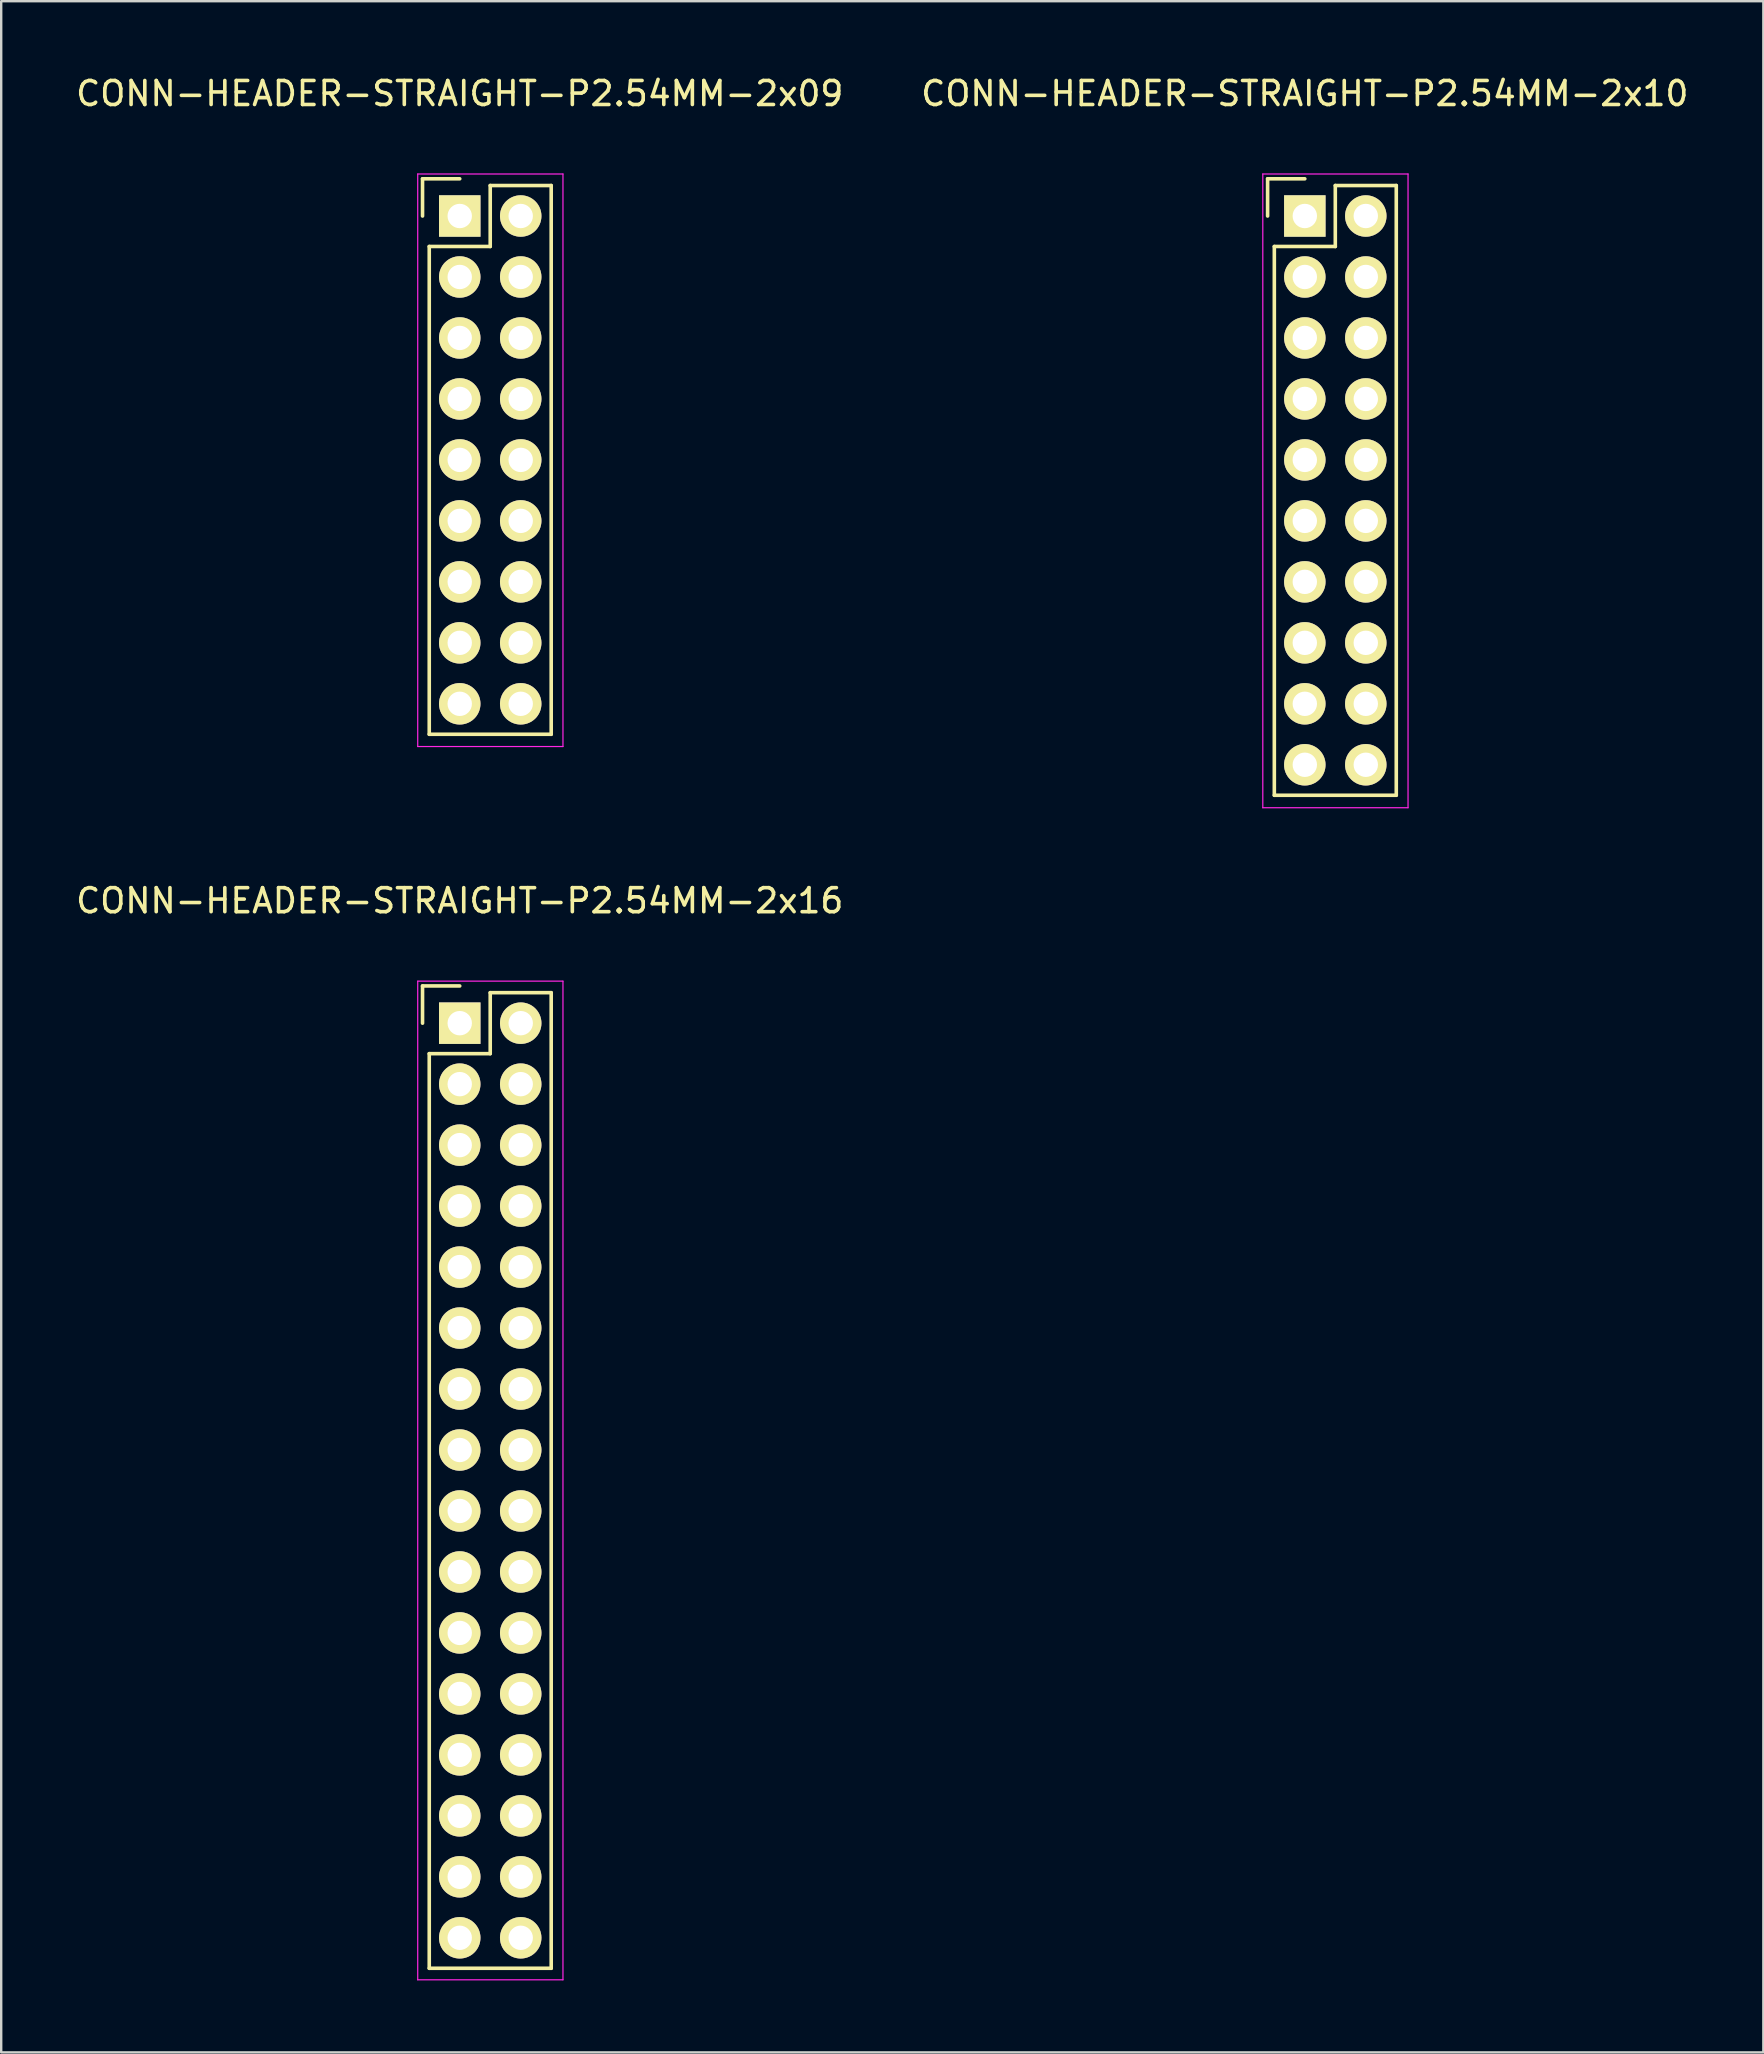
<source format=kicad_pcb>
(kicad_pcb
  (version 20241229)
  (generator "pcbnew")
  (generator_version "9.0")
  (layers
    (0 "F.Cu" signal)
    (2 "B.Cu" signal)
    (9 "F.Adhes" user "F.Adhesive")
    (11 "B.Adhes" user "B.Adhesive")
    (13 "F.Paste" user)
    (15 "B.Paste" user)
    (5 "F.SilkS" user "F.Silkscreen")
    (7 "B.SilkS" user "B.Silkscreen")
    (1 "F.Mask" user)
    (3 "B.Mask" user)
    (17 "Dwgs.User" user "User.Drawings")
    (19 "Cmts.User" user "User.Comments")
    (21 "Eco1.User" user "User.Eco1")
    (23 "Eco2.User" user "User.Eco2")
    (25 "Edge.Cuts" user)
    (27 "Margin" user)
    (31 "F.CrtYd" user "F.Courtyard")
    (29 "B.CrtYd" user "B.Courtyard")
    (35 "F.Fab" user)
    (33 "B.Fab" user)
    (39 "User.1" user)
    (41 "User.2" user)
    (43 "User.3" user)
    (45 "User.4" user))
  (footprint "CONN-HEADER-STRAIGHT-P2.54MM-2x10"
    (layer "F.Cu")
    (at 51.304 5.948)
    (property "Reference" "CONN-HEADER-STRAIGHT-P2.54MM-2x10" (at 0 -5.1 0) (layer "F.SilkS") (effects (font (size 1 1) (thickness 0.15))))
    (attr through_hole)
    (fp_line (start -1.55 -1.55) (end -1.55 0) (stroke (width 0.15) (type solid)) (layer "F.SilkS"))
    (fp_line (start -1.27 1.27) (end -1.27 24.13) (stroke (width 0.15) (type solid)) (layer "F.SilkS"))
    (fp_line (start 0 -1.55) (end -1.55 -1.55) (stroke (width 0.15) (type solid)) (layer "F.SilkS"))
    (fp_line (start 1.27 -1.27) (end 1.27 1.27) (stroke (width 0.15) (type solid)) (layer "F.SilkS"))
    (fp_line (start 1.27 1.27) (end -1.27 1.27) (stroke (width 0.15) (type solid)) (layer "F.SilkS"))
    (fp_line (start 3.81 -1.27) (end 1.27 -1.27) (stroke (width 0.15) (type solid)) (layer "F.SilkS"))
    (fp_line (start 3.81 24.13) (end -1.27 24.13) (stroke (width 0.15) (type solid)) (layer "F.SilkS"))
    (fp_line (start 3.81 24.13) (end 3.81 -1.27) (stroke (width 0.15) (type solid)) (layer "F.SilkS"))
    (fp_line (start -1.75 -1.75) (end -1.75 24.65) (stroke (width 0.05) (type solid)) (layer "F.CrtYd"))
    (fp_line (start -1.75 -1.75) (end 4.3 -1.75) (stroke (width 0.05) (type solid)) (layer "F.CrtYd"))
    (fp_line (start -1.75 24.65) (end 4.3 24.65) (stroke (width 0.05) (type solid)) (layer "F.CrtYd"))
    (fp_line (start 4.3 -1.75) (end 4.3 24.65) (stroke (width 0.05) (type solid)) (layer "F.CrtYd"))
    (pad "1" thru_hole rect (at 0 0) (size 1.727 1.727) (drill 1.016) (layers "*.Cu" "*.Mask" "F.SilkS"))
    (pad "2" thru_hole oval (at 2.54 0) (size 1.727 1.727) (drill 1.016) (layers "*.Cu" "*.Mask" "F.SilkS"))
    (pad "3" thru_hole oval (at 0 2.54) (size 1.727 1.727) (drill 1.016) (layers "*.Cu" "*.Mask" "F.SilkS"))
    (pad "4" thru_hole oval (at 2.54 2.54) (size 1.727 1.727) (drill 1.016) (layers "*.Cu" "*.Mask" "F.SilkS"))
    (pad "5" thru_hole oval (at 0 5.08) (size 1.727 1.727) (drill 1.016) (layers "*.Cu" "*.Mask" "F.SilkS"))
    (pad "6" thru_hole oval (at 2.54 5.08) (size 1.727 1.727) (drill 1.016) (layers "*.Cu" "*.Mask" "F.SilkS"))
    (pad "7" thru_hole oval (at 0 7.62) (size 1.727 1.727) (drill 1.016) (layers "*.Cu" "*.Mask" "F.SilkS"))
    (pad "8" thru_hole oval (at 2.54 7.62) (size 1.727 1.727) (drill 1.016) (layers "*.Cu" "*.Mask" "F.SilkS"))
    (pad "9" thru_hole oval (at 0 10.16) (size 1.727 1.727) (drill 1.016) (layers "*.Cu" "*.Mask" "F.SilkS"))
    (pad "10" thru_hole oval (at 2.54 10.16) (size 1.727 1.727) (drill 1.016) (layers "*.Cu" "*.Mask" "F.SilkS"))
    (pad "11" thru_hole oval (at 0 12.7) (size 1.727 1.727) (drill 1.016) (layers "*.Cu" "*.Mask" "F.SilkS"))
    (pad "12" thru_hole oval (at 2.54 12.7) (size 1.727 1.727) (drill 1.016) (layers "*.Cu" "*.Mask" "F.SilkS"))
    (pad "13" thru_hole oval (at 0 15.24) (size 1.727 1.727) (drill 1.016) (layers "*.Cu" "*.Mask" "F.SilkS"))
    (pad "14" thru_hole oval (at 2.54 15.24) (size 1.727 1.727) (drill 1.016) (layers "*.Cu" "*.Mask" "F.SilkS"))
    (pad "15" thru_hole oval (at 0 17.78) (size 1.727 1.727) (drill 1.016) (layers "*.Cu" "*.Mask" "F.SilkS"))
    (pad "16" thru_hole oval (at 2.54 17.78) (size 1.727 1.727) (drill 1.016) (layers "*.Cu" "*.Mask" "F.SilkS"))
    (pad "17" thru_hole oval (at 0 20.32) (size 1.727 1.727) (drill 1.016) (layers "*.Cu" "*.Mask" "F.SilkS"))
    (pad "18" thru_hole oval (at 2.54 20.32) (size 1.727 1.727) (drill 1.016) (layers "*.Cu" "*.Mask" "F.SilkS"))
    (pad "19" thru_hole oval (at 0 22.86) (size 1.727 1.727) (drill 1.016) (layers "*.Cu" "*.Mask" "F.SilkS"))
    (pad "20" thru_hole oval (at 2.54 22.86) (size 1.727 1.727) (drill 1.016) (layers "*.Cu" "*.Mask" "F.SilkS")))
  (footprint "CONN-HEADER-STRAIGHT-P2.54MM-2x09"
    (layer "F.Cu")
    (at 16.101 5.948)
    (property "Reference" "CONN-HEADER-STRAIGHT-P2.54MM-2x09" (at 0 -5.1 0) (layer "F.SilkS") (effects (font (size 1 1) (thickness 0.15))))
    (attr through_hole)
    (fp_line (start -1.55 -1.55) (end -1.55 0) (stroke (width 0.15) (type solid)) (layer "F.SilkS"))
    (fp_line (start -1.27 1.27) (end -1.27 21.59) (stroke (width 0.15) (type solid)) (layer "F.SilkS"))
    (fp_line (start 0 -1.55) (end -1.55 -1.55) (stroke (width 0.15) (type solid)) (layer "F.SilkS"))
    (fp_line (start 1.27 -1.27) (end 1.27 1.27) (stroke (width 0.15) (type solid)) (layer "F.SilkS"))
    (fp_line (start 1.27 1.27) (end -1.27 1.27) (stroke (width 0.15) (type solid)) (layer "F.SilkS"))
    (fp_line (start 3.81 -1.27) (end 1.27 -1.27) (stroke (width 0.15) (type solid)) (layer "F.SilkS"))
    (fp_line (start 3.81 21.59) (end -1.27 21.59) (stroke (width 0.15) (type solid)) (layer "F.SilkS"))
    (fp_line (start 3.81 21.59) (end 3.81 -1.27) (stroke (width 0.15) (type solid)) (layer "F.SilkS"))
    (fp_line (start -1.75 -1.75) (end -1.75 22.1) (stroke (width 0.05) (type solid)) (layer "F.CrtYd"))
    (fp_line (start -1.75 -1.75) (end 4.3 -1.75) (stroke (width 0.05) (type solid)) (layer "F.CrtYd"))
    (fp_line (start -1.75 22.1) (end 4.3 22.1) (stroke (width 0.05) (type solid)) (layer "F.CrtYd"))
    (fp_line (start 4.3 -1.75) (end 4.3 22.1) (stroke (width 0.05) (type solid)) (layer "F.CrtYd"))
    (pad "1" thru_hole rect (at 0 0) (size 1.727 1.727) (drill 1.016) (layers "*.Cu" "*.Mask" "F.SilkS"))
    (pad "2" thru_hole oval (at 2.54 0) (size 1.727 1.727) (drill 1.016) (layers "*.Cu" "*.Mask" "F.SilkS"))
    (pad "3" thru_hole oval (at 0 2.54) (size 1.727 1.727) (drill 1.016) (layers "*.Cu" "*.Mask" "F.SilkS"))
    (pad "4" thru_hole oval (at 2.54 2.54) (size 1.727 1.727) (drill 1.016) (layers "*.Cu" "*.Mask" "F.SilkS"))
    (pad "5" thru_hole oval (at 0 5.08) (size 1.727 1.727) (drill 1.016) (layers "*.Cu" "*.Mask" "F.SilkS"))
    (pad "6" thru_hole oval (at 2.54 5.08) (size 1.727 1.727) (drill 1.016) (layers "*.Cu" "*.Mask" "F.SilkS"))
    (pad "7" thru_hole oval (at 0 7.62) (size 1.727 1.727) (drill 1.016) (layers "*.Cu" "*.Mask" "F.SilkS"))
    (pad "8" thru_hole oval (at 2.54 7.62) (size 1.727 1.727) (drill 1.016) (layers "*.Cu" "*.Mask" "F.SilkS"))
    (pad "9" thru_hole oval (at 0 10.16) (size 1.727 1.727) (drill 1.016) (layers "*.Cu" "*.Mask" "F.SilkS"))
    (pad "10" thru_hole oval (at 2.54 10.16) (size 1.727 1.727) (drill 1.016) (layers "*.Cu" "*.Mask" "F.SilkS"))
    (pad "11" thru_hole oval (at 0 12.7) (size 1.727 1.727) (drill 1.016) (layers "*.Cu" "*.Mask" "F.SilkS"))
    (pad "12" thru_hole oval (at 2.54 12.7) (size 1.727 1.727) (drill 1.016) (layers "*.Cu" "*.Mask" "F.SilkS"))
    (pad "13" thru_hole oval (at 0 15.24) (size 1.727 1.727) (drill 1.016) (layers "*.Cu" "*.Mask" "F.SilkS"))
    (pad "14" thru_hole oval (at 2.54 15.24) (size 1.727 1.727) (drill 1.016) (layers "*.Cu" "*.Mask" "F.SilkS"))
    (pad "15" thru_hole oval (at 0 17.78) (size 1.727 1.727) (drill 1.016) (layers "*.Cu" "*.Mask" "F.SilkS"))
    (pad "16" thru_hole oval (at 2.54 17.78) (size 1.727 1.727) (drill 1.016) (layers "*.Cu" "*.Mask" "F.SilkS"))
    (pad "17" thru_hole oval (at 0 20.32) (size 1.727 1.727) (drill 1.016) (layers "*.Cu" "*.Mask" "F.SilkS"))
    (pad "18" thru_hole oval (at 2.54 20.32) (size 1.727 1.727) (drill 1.016) (layers "*.Cu" "*.Mask" "F.SilkS")))
  (footprint "CONN-HEADER-STRAIGHT-P2.54MM-2x16"
    (layer "F.Cu")
    (at 16.101 39.572)
    (property "Reference" "CONN-HEADER-STRAIGHT-P2.54MM-2x16" (at 0 -5.1 0) (layer "F.SilkS") (effects (font (size 1 1) (thickness 0.15))))
    (attr through_hole)
    (fp_line (start -1.55 -1.55) (end -1.55 0) (stroke (width 0.15) (type solid)) (layer "F.SilkS"))
    (fp_line (start -1.27 1.27) (end -1.27 39.37) (stroke (width 0.15) (type solid)) (layer "F.SilkS"))
    (fp_line (start 0 -1.55) (end -1.55 -1.55) (stroke (width 0.15) (type solid)) (layer "F.SilkS"))
    (fp_line (start 1.27 -1.27) (end 1.27 1.27) (stroke (width 0.15) (type solid)) (layer "F.SilkS"))
    (fp_line (start 1.27 1.27) (end -1.27 1.27) (stroke (width 0.15) (type solid)) (layer "F.SilkS"))
    (fp_line (start 3.81 -1.27) (end 1.27 -1.27) (stroke (width 0.15) (type solid)) (layer "F.SilkS"))
    (fp_line (start 3.81 39.37) (end -1.27 39.37) (stroke (width 0.15) (type solid)) (layer "F.SilkS"))
    (fp_line (start 3.81 39.37) (end 3.81 -1.27) (stroke (width 0.15) (type solid)) (layer "F.SilkS"))
    (fp_line (start -1.75 -1.75) (end -1.75 39.85) (stroke (width 0.05) (type solid)) (layer "F.CrtYd"))
    (fp_line (start -1.75 -1.75) (end 4.3 -1.75) (stroke (width 0.05) (type solid)) (layer "F.CrtYd"))
    (fp_line (start -1.75 39.85) (end 4.3 39.85) (stroke (width 0.05) (type solid)) (layer "F.CrtYd"))
    (fp_line (start 4.3 -1.75) (end 4.3 39.85) (stroke (width 0.05) (type solid)) (layer "F.CrtYd"))
    (pad "1" thru_hole rect (at 0 0) (size 1.727 1.727) (drill 1.016) (layers "*.Cu" "*.Mask" "F.SilkS"))
    (pad "2" thru_hole oval (at 2.54 0) (size 1.727 1.727) (drill 1.016) (layers "*.Cu" "*.Mask" "F.SilkS"))
    (pad "3" thru_hole oval (at 0 2.54) (size 1.727 1.727) (drill 1.016) (layers "*.Cu" "*.Mask" "F.SilkS"))
    (pad "4" thru_hole oval (at 2.54 2.54) (size 1.727 1.727) (drill 1.016) (layers "*.Cu" "*.Mask" "F.SilkS"))
    (pad "5" thru_hole oval (at 0 5.08) (size 1.727 1.727) (drill 1.016) (layers "*.Cu" "*.Mask" "F.SilkS"))
    (pad "6" thru_hole oval (at 2.54 5.08) (size 1.727 1.727) (drill 1.016) (layers "*.Cu" "*.Mask" "F.SilkS"))
    (pad "7" thru_hole oval (at 0 7.62) (size 1.727 1.727) (drill 1.016) (layers "*.Cu" "*.Mask" "F.SilkS"))
    (pad "8" thru_hole oval (at 2.54 7.62) (size 1.727 1.727) (drill 1.016) (layers "*.Cu" "*.Mask" "F.SilkS"))
    (pad "9" thru_hole oval (at 0 10.16) (size 1.727 1.727) (drill 1.016) (layers "*.Cu" "*.Mask" "F.SilkS"))
    (pad "10" thru_hole oval (at 2.54 10.16) (size 1.727 1.727) (drill 1.016) (layers "*.Cu" "*.Mask" "F.SilkS"))
    (pad "11" thru_hole oval (at 0 12.7) (size 1.727 1.727) (drill 1.016) (layers "*.Cu" "*.Mask" "F.SilkS"))
    (pad "12" thru_hole oval (at 2.54 12.7) (size 1.727 1.727) (drill 1.016) (layers "*.Cu" "*.Mask" "F.SilkS"))
    (pad "13" thru_hole oval (at 0 15.24) (size 1.727 1.727) (drill 1.016) (layers "*.Cu" "*.Mask" "F.SilkS"))
    (pad "14" thru_hole oval (at 2.54 15.24) (size 1.727 1.727) (drill 1.016) (layers "*.Cu" "*.Mask" "F.SilkS"))
    (pad "15" thru_hole oval (at 0 17.78) (size 1.727 1.727) (drill 1.016) (layers "*.Cu" "*.Mask" "F.SilkS"))
    (pad "16" thru_hole oval (at 2.54 17.78) (size 1.727 1.727) (drill 1.016) (layers "*.Cu" "*.Mask" "F.SilkS"))
    (pad "17" thru_hole oval (at 0 20.32) (size 1.727 1.727) (drill 1.016) (layers "*.Cu" "*.Mask" "F.SilkS"))
    (pad "18" thru_hole oval (at 2.54 20.32) (size 1.727 1.727) (drill 1.016) (layers "*.Cu" "*.Mask" "F.SilkS"))
    (pad "19" thru_hole oval (at 0 22.86) (size 1.727 1.727) (drill 1.016) (layers "*.Cu" "*.Mask" "F.SilkS"))
    (pad "20" thru_hole oval (at 2.54 22.86) (size 1.727 1.727) (drill 1.016) (layers "*.Cu" "*.Mask" "F.SilkS"))
    (pad "21" thru_hole oval (at 0 25.4) (size 1.727 1.727) (drill 1.016) (layers "*.Cu" "*.Mask" "F.SilkS"))
    (pad "22" thru_hole oval (at 2.54 25.4) (size 1.727 1.727) (drill 1.016) (layers "*.Cu" "*.Mask" "F.SilkS"))
    (pad "23" thru_hole oval (at 0 27.94) (size 1.727 1.727) (drill 1.016) (layers "*.Cu" "*.Mask" "F.SilkS"))
    (pad "24" thru_hole oval (at 2.54 27.94) (size 1.727 1.727) (drill 1.016) (layers "*.Cu" "*.Mask" "F.SilkS"))
    (pad "25" thru_hole oval (at 0 30.48) (size 1.727 1.727) (drill 1.016) (layers "*.Cu" "*.Mask" "F.SilkS"))
    (pad "26" thru_hole oval (at 2.54 30.48) (size 1.727 1.727) (drill 1.016) (layers "*.Cu" "*.Mask" "F.SilkS"))
    (pad "27" thru_hole oval (at 0 33.02) (size 1.727 1.727) (drill 1.016) (layers "*.Cu" "*.Mask" "F.SilkS"))
    (pad "28" thru_hole oval (at 2.54 33.02) (size 1.727 1.727) (drill 1.016) (layers "*.Cu" "*.Mask" "F.SilkS"))
    (pad "29" thru_hole oval (at 0 35.56) (size 1.727 1.727) (drill 1.016) (layers "*.Cu" "*.Mask" "F.SilkS"))
    (pad "30" thru_hole oval (at 2.54 35.56) (size 1.727 1.727) (drill 1.016) (layers "*.Cu" "*.Mask" "F.SilkS"))
    (pad "31" thru_hole oval (at 0 38.1) (size 1.727 1.727) (drill 1.016) (layers "*.Cu" "*.Mask" "F.SilkS"))
    (pad "32" thru_hole oval (at 2.54 38.1) (size 1.727 1.727) (drill 1.016) (layers "*.Cu" "*.Mask" "F.SilkS")))
  (gr_rect
    (start -3 -3)
    (end 70.405 82.447)
    (stroke (width 0.1) (type default))
    (fill no)
    (layer "Edge.Cuts")))
</source>
